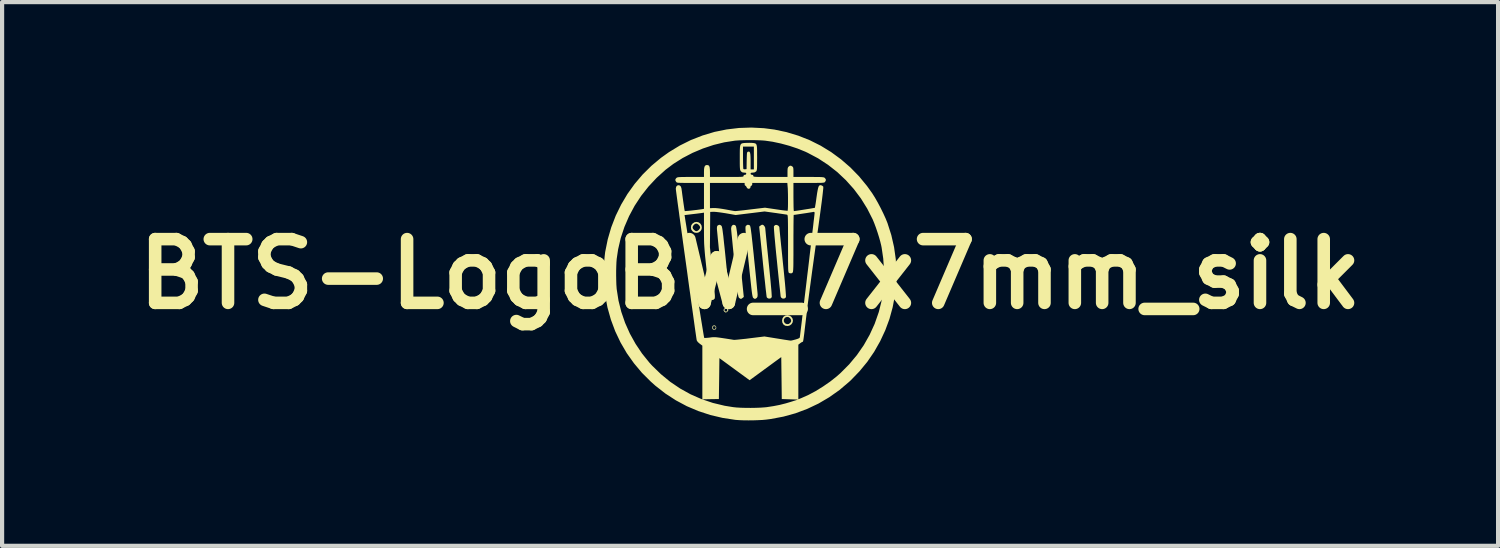
<source format=kicad_pcb>
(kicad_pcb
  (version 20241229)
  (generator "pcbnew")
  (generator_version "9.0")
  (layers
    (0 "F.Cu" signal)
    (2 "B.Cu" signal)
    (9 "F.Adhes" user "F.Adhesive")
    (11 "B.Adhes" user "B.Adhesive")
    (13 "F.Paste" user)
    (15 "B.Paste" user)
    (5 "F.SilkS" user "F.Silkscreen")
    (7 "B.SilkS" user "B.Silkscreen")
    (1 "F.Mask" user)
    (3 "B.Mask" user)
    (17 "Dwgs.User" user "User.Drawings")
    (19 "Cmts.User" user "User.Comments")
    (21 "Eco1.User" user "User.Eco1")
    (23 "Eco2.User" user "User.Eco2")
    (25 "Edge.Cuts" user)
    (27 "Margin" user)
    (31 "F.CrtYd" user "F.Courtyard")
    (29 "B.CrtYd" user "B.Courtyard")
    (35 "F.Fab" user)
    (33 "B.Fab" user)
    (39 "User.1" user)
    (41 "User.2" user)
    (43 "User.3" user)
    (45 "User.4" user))
  (footprint "BTS-LogoBW_7x7mm_silk"
    (layer "F.Cu")
    (at 14.884 3.502)
    (property "Reference" "BTS-LogoBW_7x7mm_silk" (at 0 0 0) (layer "F.SilkS") (effects (font (size 1.524 1.524) (thickness 0.3))))
    (attr board_only exclude_from_pos_files exclude_from_bom)
    (fp_poly (pts (xy -0.823 1.241) (xy -0.809 1.266) (xy -0.81 1.301) (xy -0.828 1.325) (xy -0.855 1.335) (xy -0.884 1.326) (xy -0.892 1.32) (xy -0.906 1.292) (xy -0.905 1.264) (xy -0.89 1.264) (xy -0.889 1.288) (xy -0.875 1.312) (xy -0.856 1.323) (xy -0.856 1.323) (xy -0.84 1.314) (xy -0.83 1.303) (xy -0.82 1.276) (xy -0.83 1.253) (xy -0.856 1.245) (xy -0.881 1.253) (xy -0.89 1.264) (xy -0.905 1.264) (xy -0.904 1.26) (xy -0.889 1.236) (xy -0.886 1.234) (xy -0.852 1.227)) (stroke (width 0) (type solid)) (fill yes) (layer "F.SilkS"))
    (fp_poly (pts (xy -0.556 0.814) (xy -0.533 0.836) (xy -0.519 0.859) (xy -0.519 0.864) (xy -0.528 0.884) (xy -0.55 0.906) (xy -0.574 0.919) (xy -0.58 0.921) (xy -0.6 0.912) (xy -0.615 0.9) (xy -0.631 0.876) (xy -0.635 0.862) (xy -0.634 0.86) (xy -0.615 0.86) (xy -0.604 0.885) (xy -0.602 0.887) (xy -0.576 0.9) (xy -0.554 0.891) (xy -0.545 0.864) (xy -0.545 0.861) (xy -0.551 0.837) (xy -0.573 0.83) (xy -0.576 0.83) (xy -0.605 0.839) (xy -0.615 0.86) (xy -0.634 0.86) (xy -0.625 0.837) (xy -0.602 0.814) (xy -0.578 0.804)) (stroke (width 0) (type solid)) (fill yes) (layer "F.SilkS"))
    (fp_poly (pts (xy 0.949 0.997) (xy 0.986 1.023) (xy 1.017 1.068) (xy 1.025 1.116) (xy 1.015 1.161) (xy 0.989 1.2) (xy 0.951 1.229) (xy 0.903 1.243) (xy 0.849 1.237) (xy 0.834 1.232) (xy 0.796 1.204) (xy 0.772 1.161) (xy 0.768 1.132) (xy 0.807 1.132) (xy 0.829 1.171) (xy 0.839 1.18) (xy 0.882 1.199) (xy 0.925 1.194) (xy 0.963 1.165) (xy 0.983 1.129) (xy 0.979 1.092) (xy 0.959 1.058) (xy 0.923 1.031) (xy 0.88 1.025) (xy 0.839 1.042) (xy 0.83 1.05) (xy 0.807 1.089) (xy 0.807 1.132) (xy 0.768 1.132) (xy 0.765 1.111) (xy 0.775 1.061) (xy 0.8 1.022) (xy 0.845 0.991) (xy 0.897 0.983)) (stroke (width 0) (type solid)) (fill yes) (layer "F.SilkS"))
    (fp_poly (pts (xy -1.231 -1.236) (xy -1.191 -1.208) (xy -1.163 -1.165) (xy -1.154 -1.115) (xy -1.159 -1.071) (xy -1.18 -1.036) (xy -1.192 -1.023) (xy -1.227 -0.996) (xy -1.266 -0.986) (xy -1.284 -0.985) (xy -1.328 -0.991) (xy -1.363 -1.011) (xy -1.375 -1.023) (xy -1.403 -1.058) (xy -1.413 -1.098) (xy -1.413 -1.113) (xy -1.374 -1.113) (xy -1.364 -1.083) (xy -1.338 -1.053) (xy -1.306 -1.03) (xy -1.284 -1.024) (xy -1.256 -1.033) (xy -1.226 -1.054) (xy -1.225 -1.056) (xy -1.203 -1.086) (xy -1.193 -1.114) (xy -1.193 -1.115) (xy -1.204 -1.147) (xy -1.231 -1.179) (xy -1.265 -1.201) (xy -1.289 -1.206) (xy -1.321 -1.195) (xy -1.351 -1.167) (xy -1.371 -1.133) (xy -1.374 -1.113) (xy -1.413 -1.113) (xy -1.413 -1.115) (xy -1.408 -1.159) (xy -1.387 -1.194) (xy -1.375 -1.207) (xy -1.329 -1.238) (xy -1.279 -1.246)) (stroke (width 0) (type solid)) (fill yes) (layer "F.SilkS"))
    (fp_poly (pts (xy 0.321 -1.169) (xy 0.346 -1.141) (xy 0.362 -1.107) (xy 0.363 -1.092) (xy 0.365 -1.073) (xy 0.369 -1.031) (xy 0.375 -0.967) (xy 0.383 -0.885) (xy 0.393 -0.786) (xy 0.404 -0.673) (xy 0.417 -0.549) (xy 0.431 -0.415) (xy 0.445 -0.274) (xy 0.446 -0.266) (xy 0.462 -0.11) (xy 0.476 0.033) (xy 0.489 0.163) (xy 0.499 0.277) (xy 0.508 0.374) (xy 0.514 0.452) (xy 0.517 0.509) (xy 0.519 0.543) (xy 0.518 0.553) (xy 0.496 0.58) (xy 0.46 0.588) (xy 0.432 0.583) (xy 0.407 0.566) (xy 0.398 0.552) (xy 0.395 0.535) (xy 0.39 0.496) (xy 0.383 0.434) (xy 0.373 0.354) (xy 0.363 0.257) (xy 0.351 0.145) (xy 0.337 0.021) (xy 0.323 -0.114) (xy 0.308 -0.257) (xy 0.304 -0.302) (xy 0.218 -1.134) (xy 0.247 -1.157) (xy 0.274 -1.174) (xy 0.293 -1.18)) (stroke (width 0) (type solid)) (fill yes) (layer "F.SilkS"))
    (fp_poly (pts (xy -0.362 -1.17) (xy -0.345 -1.155) (xy -0.34 -1.146) (xy -0.334 -1.13) (xy -0.329 -1.104) (xy -0.323 -1.067) (xy -0.315 -1.017) (xy -0.307 -0.953) (xy -0.298 -0.872) (xy -0.287 -0.773) (xy -0.274 -0.654) (xy -0.259 -0.513) (xy -0.242 -0.348) (xy -0.236 -0.291) (xy -0.15 0.548) (xy -0.18 0.572) (xy -0.208 0.592) (xy -0.229 0.593) (xy -0.254 0.577) (xy -0.259 0.573) (xy -0.265 0.567) (xy -0.271 0.559) (xy -0.276 0.546) (xy -0.281 0.527) (xy -0.287 0.499) (xy -0.293 0.46) (xy -0.3 0.41) (xy -0.308 0.345) (xy -0.317 0.264) (xy -0.328 0.165) (xy -0.34 0.045) (xy -0.355 -0.096) (xy -0.371 -0.247) (xy -0.385 -0.389) (xy -0.399 -0.525) (xy -0.412 -0.652) (xy -0.423 -0.767) (xy -0.433 -0.869) (xy -0.442 -0.954) (xy -0.448 -1.021) (xy -0.452 -1.067) (xy -0.453 -1.09) (xy -0.453 -1.09) (xy -0.445 -1.135) (xy -0.424 -1.165) (xy -0.395 -1.178)) (stroke (width 0) (type solid)) (fill yes) (layer "F.SilkS"))
    (fp_poly (pts (xy 0.641 -1.173) (xy 0.673 -1.158) (xy 0.695 -1.134) (xy 0.7 -1.118) (xy 0.702 -1.101) (xy 0.705 -1.061) (xy 0.711 -1) (xy 0.719 -0.92) (xy 0.729 -0.822) (xy 0.74 -0.711) (xy 0.753 -0.587) (xy 0.767 -0.453) (xy 0.781 -0.311) (xy 0.784 -0.281) (xy 0.804 -0.091) (xy 0.82 0.074) (xy 0.834 0.214) (xy 0.844 0.329) (xy 0.851 0.421) (xy 0.856 0.489) (xy 0.858 0.533) (xy 0.857 0.555) (xy 0.856 0.557) (xy 0.829 0.582) (xy 0.791 0.588) (xy 0.768 0.582) (xy 0.743 0.562) (xy 0.733 0.542) (xy 0.73 0.524) (xy 0.726 0.483) (xy 0.719 0.42) (xy 0.71 0.338) (xy 0.699 0.24) (xy 0.687 0.128) (xy 0.674 0.003) (xy 0.66 -0.132) (xy 0.646 -0.274) (xy 0.643 -0.304) (xy 0.623 -0.496) (xy 0.607 -0.663) (xy 0.594 -0.805) (xy 0.583 -0.923) (xy 0.576 -1.016) (xy 0.571 -1.084) (xy 0.57 -1.126) (xy 0.571 -1.143) (xy 0.593 -1.165) (xy 0.61 -1.174)) (stroke (width 0) (type solid)) (fill yes) (layer "F.SilkS"))
    (fp_poly (pts (xy -0.71 -1.172) (xy -0.689 -1.157) (xy -0.683 -1.151) (xy -0.678 -1.142) (xy -0.673 -1.127) (xy -0.668 -1.105) (xy -0.662 -1.075) (xy -0.656 -1.033) (xy -0.649 -0.978) (xy -0.64 -0.909) (xy -0.631 -0.823) (xy -0.62 -0.718) (xy -0.606 -0.593) (xy -0.591 -0.446) (xy -0.577 -0.305) (xy -0.558 -0.116) (xy -0.541 0.048) (xy -0.528 0.187) (xy -0.518 0.303) (xy -0.51 0.396) (xy -0.505 0.467) (xy -0.502 0.516) (xy -0.503 0.545) (xy -0.504 0.552) (xy -0.529 0.58) (xy -0.567 0.588) (xy -0.593 0.582) (xy -0.618 0.559) (xy -0.628 0.529) (xy -0.631 0.506) (xy -0.636 0.461) (xy -0.644 0.395) (xy -0.653 0.312) (xy -0.663 0.215) (xy -0.674 0.105) (xy -0.687 -0.013) (xy -0.699 -0.137) (xy -0.712 -0.264) (xy -0.725 -0.391) (xy -0.738 -0.517) (xy -0.75 -0.636) (xy -0.761 -0.748) (xy -0.771 -0.849) (xy -0.779 -0.935) (xy -0.786 -1.006) (xy -0.791 -1.056) (xy -0.793 -1.085) (xy -0.793 -1.088) (xy -0.791 -1.13) (xy -0.779 -1.156) (xy -0.771 -1.162) (xy -0.739 -1.178)) (stroke (width 0) (type solid)) (fill yes) (layer "F.SilkS"))
    (fp_poly (pts (xy -0.027 -1.174) (xy -0.007 -1.163) (xy -0.002 -1.157) (xy 0.003 -1.145) (xy 0.008 -1.125) (xy 0.014 -1.097) (xy 0.02 -1.056) (xy 0.027 -1.003) (xy 0.036 -0.934) (xy 0.045 -0.849) (xy 0.057 -0.744) (xy 0.07 -0.619) (xy 0.086 -0.472) (xy 0.098 -0.349) (xy 0.113 -0.207) (xy 0.127 -0.07) (xy 0.14 0.057) (xy 0.151 0.173) (xy 0.161 0.276) (xy 0.169 0.362) (xy 0.176 0.43) (xy 0.18 0.477) (xy 0.181 0.501) (xy 0.181 0.502) (xy 0.177 0.542) (xy 0.163 0.568) (xy 0.153 0.576) (xy 0.126 0.593) (xy 0.106 0.593) (xy 0.082 0.576) (xy 0.079 0.574) (xy 0.073 0.568) (xy 0.068 0.559) (xy 0.063 0.545) (xy 0.058 0.524) (xy 0.052 0.495) (xy 0.046 0.455) (xy 0.039 0.402) (xy 0.031 0.335) (xy 0.022 0.252) (xy 0.011 0.15) (xy -0.002 0.029) (xy -0.017 -0.115) (xy -0.034 -0.282) (xy -0.035 -0.288) (xy -0.052 -0.456) (xy -0.067 -0.6) (xy -0.079 -0.722) (xy -0.089 -0.824) (xy -0.097 -0.908) (xy -0.103 -0.975) (xy -0.107 -1.028) (xy -0.109 -1.069) (xy -0.11 -1.099) (xy -0.109 -1.12) (xy -0.107 -1.135) (xy -0.104 -1.144) (xy -0.1 -1.151) (xy -0.097 -1.154) (xy -0.064 -1.177)) (stroke (width 0) (type solid)) (fill yes) (layer "F.SilkS"))
    (fp_poly (pts (xy 0.331 -3.487) (xy 0.583 -3.454) (xy 0.872 -3.393) (xy 1.153 -3.308) (xy 1.426 -3.2) (xy 1.688 -3.069) (xy 1.938 -2.916) (xy 2.175 -2.742) (xy 2.398 -2.549) (xy 2.606 -2.336) (xy 2.796 -2.105) (xy 2.92 -1.932) (xy 2.986 -1.827) (xy 3.055 -1.706) (xy 3.123 -1.577) (xy 3.187 -1.447) (xy 3.243 -1.324) (xy 3.286 -1.217) (xy 3.377 -0.932) (xy 3.443 -0.643) (xy 3.484 -0.353) (xy 3.501 -0.062) (xy 3.494 0.227) (xy 3.463 0.514) (xy 3.409 0.797) (xy 3.333 1.074) (xy 3.233 1.344) (xy 3.111 1.606) (xy 2.968 1.858) (xy 2.803 2.099) (xy 2.616 2.326) (xy 2.409 2.54) (xy 2.37 2.576) (xy 2.138 2.773) (xy 1.893 2.946) (xy 1.636 3.097) (xy 1.368 3.224) (xy 1.088 3.329) (xy 0.799 3.409) (xy 0.499 3.466) (xy 0.383 3.481) (xy 0.297 3.489) (xy 0.194 3.494) (xy 0.081 3.498) (xy -0.036 3.499) (xy -0.149 3.498) (xy -0.251 3.494) (xy -0.336 3.488) (xy -0.35 3.487) (xy -0.657 3.44) (xy -0.953 3.37) (xy -1.238 3.276) (xy -1.512 3.16) (xy -1.774 3.02) (xy -2.025 2.857) (xy -2.263 2.671) (xy -2.37 2.576) (xy -2.584 2.363) (xy -2.776 2.134) (xy -2.948 1.892) (xy -3.097 1.636) (xy -3.224 1.369) (xy -3.328 1.09) (xy -3.409 0.801) (xy -3.466 0.502) (xy -3.489 0.314) (xy -3.496 0.214) (xy -3.499 0.095) (xy -3.499 0.035) (xy -3.202 0.035) (xy -3.2 0.146) (xy -3.197 0.248) (xy -3.191 0.334) (xy -3.189 0.36) (xy -3.146 0.634) (xy -3.079 0.904) (xy -2.988 1.168) (xy -2.874 1.424) (xy -2.738 1.669) (xy -2.582 1.902) (xy -2.406 2.12) (xy -2.341 2.191) (xy -2.131 2.395) (xy -1.908 2.578) (xy -1.671 2.738) (xy -1.422 2.876) (xy -1.162 2.99) (xy -0.889 3.082) (xy -0.606 3.15) (xy -0.408 3.182) (xy -0.325 3.191) (xy -0.222 3.197) (xy -0.107 3.2) (xy 0.014 3.201) (xy 0.135 3.199) (xy 0.247 3.195) (xy 0.346 3.188) (xy 0.398 3.183) (xy 0.56 3.158) (xy 0.709 3.129) (xy 0.855 3.092) (xy 0.972 3.057) (xy 1.147 3.002) (xy 0.758 2.989) (xy 0.752 2.487) (xy 0.746 1.986) (xy 0.655 2.052) (xy 0.619 2.078) (xy 0.567 2.116) (xy 0.502 2.164) (xy 0.427 2.219) (xy 0.347 2.277) (xy 0.277 2.329) (xy -0.011 2.539) (xy -0.372 2.275) (xy -0.733 2.011) (xy -0.739 2.5) (xy -0.746 2.989) (xy -0.943 2.992) (xy -1.141 2.996) (xy -1.141 1.712) (xy -1.206 1.664) (xy -1.249 1.626) (xy -1.272 1.593) (xy -1.277 1.576) (xy -1.281 1.551) (xy -1.288 1.504) (xy -1.298 1.434) (xy -1.311 1.345) (xy -1.326 1.238) (xy -1.343 1.115) (xy -1.362 0.978) (xy -1.383 0.828) (xy -1.406 0.668) (xy -1.429 0.498) (xy -1.454 0.322) (xy -1.479 0.14) (xy -1.504 -0.046) (xy -1.53 -0.233) (xy -1.556 -0.42) (xy -1.582 -0.606) (xy -1.607 -0.788) (xy -1.631 -0.964) (xy -1.654 -1.133) (xy -1.676 -1.294) (xy -1.692 -1.409) (xy -1.567 -1.409) (xy -1.561 -1.376) (xy -1.558 -1.359) (xy -1.552 -1.318) (xy -1.542 -1.254) (xy -1.528 -1.17) (xy -1.512 -1.068) (xy -1.493 -0.948) (xy -1.472 -0.812) (xy -1.448 -0.662) (xy -1.422 -0.501) (xy -1.395 -0.328) (xy -1.367 -0.147) (xy -1.337 0.041) (xy -1.33 0.089) (xy -1.3 0.278) (xy -1.271 0.46) (xy -1.243 0.633) (xy -1.217 0.796) (xy -1.193 0.947) (xy -1.171 1.084) (xy -1.151 1.205) (xy -1.134 1.31) (xy -1.12 1.396) (xy -1.109 1.462) (xy -1.101 1.505) (xy -1.097 1.525) (xy -1.097 1.527) (xy -1.082 1.528) (xy -1.047 1.527) (xy -0.998 1.523) (xy -0.962 1.519) (xy -0.928 1.514) (xy -0.898 1.511) (xy -0.871 1.51) (xy -0.841 1.51) (xy -0.807 1.512) (xy -0.764 1.517) (xy -0.711 1.524) (xy -0.643 1.534) (xy -0.558 1.547) (xy -0.451 1.564) (xy -0.389 1.574) (xy -0.368 1.574) (xy -0.325 1.571) (xy -0.264 1.565) (xy -0.188 1.557) (xy -0.101 1.548) (xy -0.007 1.536) (xy -0.007 1.536) (xy 0.344 1.493) (xy 0.648 1.542) (xy 0.735 1.556) (xy 0.814 1.569) (xy 0.881 1.579) (xy 0.932 1.587) (xy 0.964 1.591) (xy 0.972 1.592) (xy 0.994 1.589) (xy 1.032 1.58) (xy 1.08 1.567) (xy 1.089 1.565) (xy 1.141 1.548) (xy 1.172 1.534) (xy 1.187 1.52) (xy 1.19 1.511) (xy 1.195 1.472) (xy 1.202 1.412) (xy 1.212 1.331) (xy 1.224 1.233) (xy 1.238 1.119) (xy 1.253 0.991) (xy 1.27 0.851) (xy 1.288 0.701) (xy 1.307 0.543) (xy 1.327 0.379) (xy 1.347 0.211) (xy 1.367 0.041) (xy 1.388 -0.129) (xy 1.408 -0.297) (xy 1.427 -0.462) (xy 1.446 -0.62) (xy 1.464 -0.771) (xy 1.48 -0.911) (xy 1.495 -1.04) (xy 1.509 -1.155) (xy 1.52 -1.255) (xy 1.53 -1.336) (xy 1.537 -1.398) (xy 1.541 -1.438) (xy 1.543 -1.454) (xy 1.543 -1.454) (xy 1.54 -1.48) (xy 1.527 -1.487) (xy 1.514 -1.485) (xy 1.494 -1.481) (xy 1.455 -1.475) (xy 1.401 -1.466) (xy 1.337 -1.456) (xy 1.269 -1.446) (xy 1.202 -1.436) (xy 1.141 -1.427) (xy 1.09 -1.419) (xy 1.056 -1.415) (xy 1.043 -1.413) (xy 1.042 -1.401) (xy 1.041 -1.365) (xy 1.04 -1.307) (xy 1.039 -1.231) (xy 1.038 -1.139) (xy 1.038 -1.033) (xy 1.037 -0.915) (xy 1.037 -0.788) (xy 1.037 -0.733) (xy 1.037 -0.582) (xy 1.037 -0.454) (xy 1.036 -0.348) (xy 1.036 -0.261) (xy 1.035 -0.192) (xy 1.033 -0.139) (xy 1.031 -0.099) (xy 1.028 -0.071) (xy 1.025 -0.052) (xy 1.021 -0.04) (xy 1.017 -0.033) (xy 0.985 -0.015) (xy 0.946 -0.02) (xy 0.933 -0.026) (xy 0.927 -0.03) (xy 0.923 -0.036) (xy 0.919 -0.047) (xy 0.916 -0.064) (xy 0.913 -0.09) (xy 0.911 -0.127) (xy 0.91 -0.177) (xy 0.909 -0.242) (xy 0.908 -0.324) (xy 0.908 -0.425) (xy 0.908 -0.547) (xy 0.908 -0.693) (xy 0.908 -0.726) (xy 0.908 -0.877) (xy 0.907 -1.004) (xy 0.907 -1.11) (xy 0.906 -1.195) (xy 0.905 -1.263) (xy 0.904 -1.316) (xy 0.902 -1.355) (xy 0.9 -1.382) (xy 0.897 -1.4) (xy 0.893 -1.411) (xy 0.889 -1.416) (xy 0.885 -1.418) (xy 0.866 -1.422) (xy 0.825 -1.428) (xy 0.767 -1.437) (xy 0.696 -1.447) (xy 0.617 -1.459) (xy 0.605 -1.46) (xy 0.347 -1.496) (xy -0.344 -1.411) (xy -0.576 -1.452) (xy -0.66 -1.465) (xy -0.738 -1.476) (xy -0.806 -1.484) (xy -0.858 -1.488) (xy -0.881 -1.488) (xy -0.953 -1.485) (xy -0.956 -1.063) (xy -0.96 -0.642) (xy -0.895 -0.039) (xy -0.88 0.102) (xy -0.868 0.221) (xy -0.858 0.317) (xy -0.851 0.395) (xy -0.846 0.456) (xy -0.842 0.503) (xy -0.841 0.537) (xy -0.842 0.561) (xy -0.844 0.578) (xy -0.848 0.589) (xy -0.85 0.593) (xy -0.879 0.617) (xy -0.913 0.621) (xy -0.944 0.603) (xy -0.952 0.593) (xy -0.958 0.573) (xy -0.966 0.528) (xy -0.976 0.459) (xy -0.988 0.366) (xy -1.003 0.247) (xy -1.019 0.104) (xy -1.036 -0.058) (xy -1.051 -0.203) (xy -1.064 -0.325) (xy -1.075 -0.428) (xy -1.083 -0.517) (xy -1.089 -0.594) (xy -1.094 -0.663) (xy -1.098 -0.728) (xy -1.1 -0.792) (xy -1.101 -0.859) (xy -1.102 -0.933) (xy -1.102 -1.017) (xy -1.102 -1.074) (xy -1.102 -1.468) (xy -1.144 -1.461) (xy -1.172 -1.457) (xy -1.22 -1.451) (xy -1.281 -1.443) (xy -1.351 -1.435) (xy -1.377 -1.432) (xy -1.567 -1.409) (xy -1.692 -1.409) (xy -1.696 -1.443) (xy -1.715 -1.58) (xy -1.732 -1.703) (xy -1.746 -1.809) (xy -1.758 -1.898) (xy -1.767 -1.967) (xy -1.773 -2.014) (xy -1.776 -2.039) (xy -1.776 -2.041) (xy -1.767 -2.086) (xy -1.745 -2.114) (xy -1.714 -2.124) (xy -1.683 -2.118) (xy -1.656 -2.093) (xy -1.641 -2.05) (xy -1.641 -2.049) (xy -1.637 -2.022) (xy -1.63 -1.974) (xy -1.622 -1.91) (xy -1.612 -1.836) (xy -1.601 -1.757) (xy -1.59 -1.68) (xy -1.58 -1.613) (xy -1.572 -1.558) (xy -1.565 -1.521) (xy -1.562 -1.506) (xy -1.562 -1.505) (xy -1.548 -1.505) (xy -1.513 -1.508) (xy -1.464 -1.512) (xy -1.404 -1.518) (xy -1.339 -1.526) (xy -1.274 -1.533) (xy -1.214 -1.541) (xy -1.165 -1.548) (xy -1.144 -1.551) (xy -1.102 -1.559) (xy -1.102 -1.574) (xy -0.959 -1.574) (xy -0.878 -1.578) (xy -0.824 -1.577) (xy -0.748 -1.57) (xy -0.654 -1.556) (xy -0.59 -1.545) (xy -0.518 -1.532) (xy -0.454 -1.52) (xy -0.402 -1.511) (xy -0.367 -1.506) (xy -0.357 -1.505) (xy -0.337 -1.506) (xy -0.296 -1.51) (xy -0.236 -1.516) (xy -0.161 -1.524) (xy -0.076 -1.534) (xy 0.013 -1.545) (xy 0.357 -1.586) (xy 0.622 -1.547) (xy 0.703 -1.535) (xy 0.774 -1.525) (xy 0.833 -1.518) (xy 0.875 -1.514) (xy 0.896 -1.512) (xy 0.898 -1.513) (xy 0.901 -1.527) (xy 0.904 -1.563) (xy 0.906 -1.616) (xy 0.907 -1.681) (xy 0.907 -1.755) (xy 0.907 -1.832) (xy 0.906 -1.908) (xy 0.904 -1.979) (xy 0.902 -2.04) (xy 0.899 -2.079) (xy 0.891 -2.178) (xy 0.052 -2.178) (xy 0.052 -2.146) (xy 0.045 -2.12) (xy 0.032 -2.113) (xy 0.016 -2.103) (xy 0.013 -2.09) (xy 0.004 -2.057) (xy -0.019 -2.039) (xy -0.047 -2.039) (xy -0.072 -2.057) (xy -0.082 -2.075) (xy -0.097 -2.101) (xy -0.112 -2.113) (xy -0.113 -2.113) (xy -0.126 -2.124) (xy -0.13 -2.146) (xy -0.13 -2.178) (xy -0.959 -2.178) (xy -0.959 -1.574) (xy -1.102 -1.574) (xy -1.102 -2.178) (xy -1.426 -2.178) (xy -1.525 -2.178) (xy -1.602 -2.179) (xy -1.66 -2.18) (xy -1.701 -2.181) (xy -1.729 -2.184) (xy -1.747 -2.188) (xy -1.758 -2.194) (xy -1.765 -2.202) (xy -1.769 -2.207) (xy -1.787 -2.242) (xy -1.783 -2.27) (xy -1.763 -2.295) (xy -1.754 -2.303) (xy -1.742 -2.309) (xy -1.724 -2.314) (xy -1.696 -2.317) (xy -1.656 -2.319) (xy -1.6 -2.32) (xy -1.525 -2.321) (xy -1.428 -2.321) (xy -1.42 -2.321) (xy -1.102 -2.321) (xy -1.102 -2.44) (xy -1.1 -2.511) (xy -1.091 -2.56) (xy -1.076 -2.589) (xy -1.052 -2.604) (xy -1.03 -2.606) (xy -1 -2.602) (xy -0.98 -2.586) (xy -0.967 -2.555) (xy -0.961 -2.505) (xy -0.959 -2.443) (xy -0.959 -2.321) (xy -0.558 -2.321) (xy -0.445 -2.321) (xy -0.356 -2.321) (xy -0.287 -2.322) (xy -0.236 -2.323) (xy -0.2 -2.325) (xy -0.177 -2.328) (xy -0.164 -2.332) (xy -0.158 -2.337) (xy -0.156 -2.343) (xy -0.156 -2.347) (xy -0.148 -2.367) (xy -0.123 -2.373) (xy -0.098 -2.379) (xy -0.091 -2.399) (xy -0.095 -2.416) (xy -0.113 -2.423) (xy -0.142 -2.425) (xy -0.182 -2.43) (xy -0.211 -2.449) (xy -0.219 -2.459) (xy -0.228 -2.471) (xy -0.235 -2.486) (xy -0.24 -2.506) (xy -0.243 -2.536) (xy -0.245 -2.578) (xy -0.246 -2.637) (xy -0.246 -2.716) (xy -0.246 -2.781) (xy -0.246 -2.783) (xy -0.169 -2.783) (xy -0.168 -2.703) (xy -0.167 -2.632) (xy -0.165 -2.573) (xy -0.163 -2.532) (xy -0.16 -2.512) (xy -0.159 -2.51) (xy -0.141 -2.505) (xy -0.117 -2.505) (xy -0.084 -2.509) (xy -0.081 -2.712) (xy -0.079 -2.789) (xy -0.077 -2.844) (xy -0.075 -2.881) (xy -0.071 -2.903) (xy -0.064 -2.916) (xy -0.056 -2.922) (xy -0.049 -2.925) (xy -0.028 -2.928) (xy -0.011 -2.92) (xy -0.000001 -2.899) (xy 0.007 -2.861) (xy 0.011 -2.804) (xy 0.013 -2.724) (xy 0.013 -2.694) (xy 0.013 -2.502) (xy 0.091 -2.502) (xy 0.091 -3.047) (xy -0.169 -3.047) (xy -0.169 -2.783) (xy -0.246 -2.783) (xy -0.246 -2.885) (xy -0.245 -2.966) (xy -0.242 -3.027) (xy -0.235 -3.071) (xy -0.223 -3.1) (xy -0.204 -3.119) (xy -0.177 -3.128) (xy -0.141 -3.133) (xy -0.094 -3.135) (xy -0.078 -3.136) (xy -0.02 -3.137) (xy 0.035 -3.136) (xy 0.075 -3.133) (xy 0.085 -3.132) (xy 0.11 -3.127) (xy 0.13 -3.12) (xy 0.144 -3.108) (xy 0.155 -3.088) (xy 0.162 -3.056) (xy 0.166 -3.011) (xy 0.168 -2.949) (xy 0.168 -2.866) (xy 0.169 -2.78) (xy 0.168 -2.683) (xy 0.168 -2.609) (xy 0.167 -2.554) (xy 0.165 -2.515) (xy 0.161 -2.488) (xy 0.156 -2.471) (xy 0.15 -2.459) (xy 0.143 -2.451) (xy 0.103 -2.429) (xy 0.065 -2.425) (xy 0.031 -2.422) (xy 0.016 -2.414) (xy 0.013 -2.399) (xy 0.021 -2.378) (xy 0.045 -2.373) (xy 0.071 -2.367) (xy 0.078 -2.347) (xy 0.079 -2.34) (xy 0.082 -2.334) (xy 0.092 -2.329) (xy 0.111 -2.326) (xy 0.14 -2.324) (xy 0.184 -2.322) (xy 0.244 -2.321) (xy 0.324 -2.321) (xy 0.425 -2.321) (xy 0.486 -2.321) (xy 0.895 -2.321) (xy 0.895 -2.431) (xy 0.896 -2.488) (xy 0.899 -2.525) (xy 0.907 -2.549) (xy 0.919 -2.566) (xy 0.921 -2.567) (xy 0.951 -2.589) (xy 0.98 -2.589) (xy 1.008 -2.573) (xy 1.022 -2.561) (xy 1.031 -2.544) (xy 1.035 -2.518) (xy 1.037 -2.475) (xy 1.037 -2.437) (xy 1.037 -2.321) (xy 1.4 -2.321) (xy 1.507 -2.321) (xy 1.591 -2.32) (xy 1.655 -2.32) (xy 1.702 -2.318) (xy 1.735 -2.315) (xy 1.758 -2.312) (xy 1.773 -2.307) (xy 1.783 -2.3) (xy 1.789 -2.295) (xy 1.811 -2.265) (xy 1.811 -2.236) (xy 1.795 -2.207) (xy 1.789 -2.199) (xy 1.78 -2.192) (xy 1.768 -2.187) (xy 1.747 -2.184) (xy 1.716 -2.181) (xy 1.672 -2.179) (xy 1.61 -2.179) (xy 1.53 -2.178) (xy 1.427 -2.178) (xy 1.037 -2.178) (xy 1.037 -1.841) (xy 1.038 -1.751) (xy 1.039 -1.67) (xy 1.04 -1.601) (xy 1.042 -1.548) (xy 1.045 -1.515) (xy 1.047 -1.504) (xy 1.068 -1.507) (xy 1.108 -1.512) (xy 1.163 -1.52) (xy 1.227 -1.53) (xy 1.296 -1.541) (xy 1.365 -1.552) (xy 1.43 -1.562) (xy 1.485 -1.572) (xy 1.526 -1.579) (xy 1.547 -1.583) (xy 1.549 -1.584) (xy 1.553 -1.598) (xy 1.559 -1.634) (xy 1.568 -1.687) (xy 1.578 -1.754) (xy 1.588 -1.83) (xy 1.589 -1.835) (xy 1.603 -1.932) (xy 1.616 -2.005) (xy 1.628 -2.059) (xy 1.64 -2.094) (xy 1.655 -2.115) (xy 1.672 -2.124) (xy 1.694 -2.124) (xy 1.703 -2.121) (xy 1.734 -2.106) (xy 1.75 -2.089) (xy 1.751 -2.076) (xy 1.75 -2.046) (xy 1.745 -1.999) (xy 1.738 -1.932) (xy 1.728 -1.847) (xy 1.715 -1.74) (xy 1.698 -1.613) (xy 1.678 -1.462) (xy 1.654 -1.288) (xy 1.627 -1.09) (xy 1.62 -1.042) (xy 1.586 -0.802) (xy 1.556 -0.585) (xy 1.529 -0.39) (xy 1.505 -0.215) (xy 1.483 -0.057) (xy 1.464 0.085) (xy 1.447 0.213) (xy 1.431 0.329) (xy 1.417 0.436) (xy 1.404 0.535) (xy 1.392 0.628) (xy 1.38 0.718) (xy 1.369 0.806) (xy 1.359 0.894) (xy 1.348 0.984) (xy 1.336 1.079) (xy 1.336 1.083) (xy 1.32 1.214) (xy 1.307 1.323) (xy 1.297 1.41) (xy 1.288 1.478) (xy 1.281 1.53) (xy 1.276 1.567) (xy 1.271 1.592) (xy 1.267 1.608) (xy 1.263 1.617) (xy 1.26 1.62) (xy 1.256 1.621) (xy 1.256 1.621) (xy 1.238 1.628) (xy 1.21 1.646) (xy 1.198 1.655) (xy 1.154 1.689) (xy 1.154 2.995) (xy 1.222 2.968) (xy 1.391 2.893) (xy 1.568 2.799) (xy 1.744 2.69) (xy 1.916 2.571) (xy 2.076 2.444) (xy 2.162 2.368) (xy 2.37 2.159) (xy 2.555 1.937) (xy 2.718 1.702) (xy 2.859 1.453) (xy 2.979 1.191) (xy 3.076 0.914) (xy 3.078 0.908) (xy 3.138 0.669) (xy 3.179 0.418) (xy 3.2 0.158) (xy 3.202 -0.107) (xy 3.184 -0.371) (xy 3.146 -0.631) (xy 3.136 -0.681) (xy 3.114 -0.772) (xy 3.084 -0.879) (xy 3.048 -0.994) (xy 3.009 -1.109) (xy 2.969 -1.216) (xy 2.931 -1.308) (xy 2.93 -1.31) (xy 2.801 -1.564) (xy 2.651 -1.806) (xy 2.481 -2.032) (xy 2.292 -2.243) (xy 2.086 -2.437) (xy 1.864 -2.611) (xy 1.627 -2.766) (xy 1.378 -2.898) (xy 1.321 -2.925) (xy 1.139 -2.999) (xy 0.942 -3.065) (xy 0.74 -3.12) (xy 0.539 -3.163) (xy 0.36 -3.189) (xy 0.283 -3.195) (xy 0.186 -3.199) (xy 0.078 -3.202) (xy -0.035 -3.202) (xy -0.146 -3.2) (xy -0.248 -3.197) (xy -0.334 -3.191) (xy -0.36 -3.189) (xy -0.617 -3.149) (xy -0.874 -3.086) (xy -1.128 -3.001) (xy -1.375 -2.897) (xy -1.611 -2.774) (xy -1.833 -2.634) (xy -2.019 -2.494) (xy -2.233 -2.301) (xy -2.429 -2.091) (xy -2.605 -1.868) (xy -2.76 -1.632) (xy -2.893 -1.384) (xy -3.004 -1.127) (xy -3.092 -0.862) (xy -3.155 -0.59) (xy -3.189 -0.36) (xy -3.195 -0.283) (xy -3.199 -0.186) (xy -3.202 -0.078) (xy -3.202 0.035) (xy -3.499 0.035) (xy -3.498 -0.035) (xy -3.494 -0.169) (xy -3.487 -0.3) (xy -3.477 -0.42) (xy -3.465 -0.523) (xy -3.463 -0.534) (xy -3.403 -0.83) (xy -3.319 -1.118) (xy -3.212 -1.395) (xy -3.082 -1.661) (xy -2.932 -1.914) (xy -2.76 -2.154) (xy -2.569 -2.379) (xy -2.359 -2.587) (xy -2.13 -2.778) (xy -1.938 -2.915) (xy -1.68 -3.072) (xy -1.412 -3.205) (xy -1.135 -3.313) (xy -0.851 -3.398) (xy -0.561 -3.457) (xy -0.267 -3.492) (xy 0.031 -3.502)) (stroke (width 0) (type solid)) (fill yes) (layer "F.SilkS")))
  (gr_rect
    (start -3 -3)
    (end 32.769 10.001)
    (stroke (width 0.1) (type default))
    (fill no)
    (layer "Edge.Cuts")))
</source>
